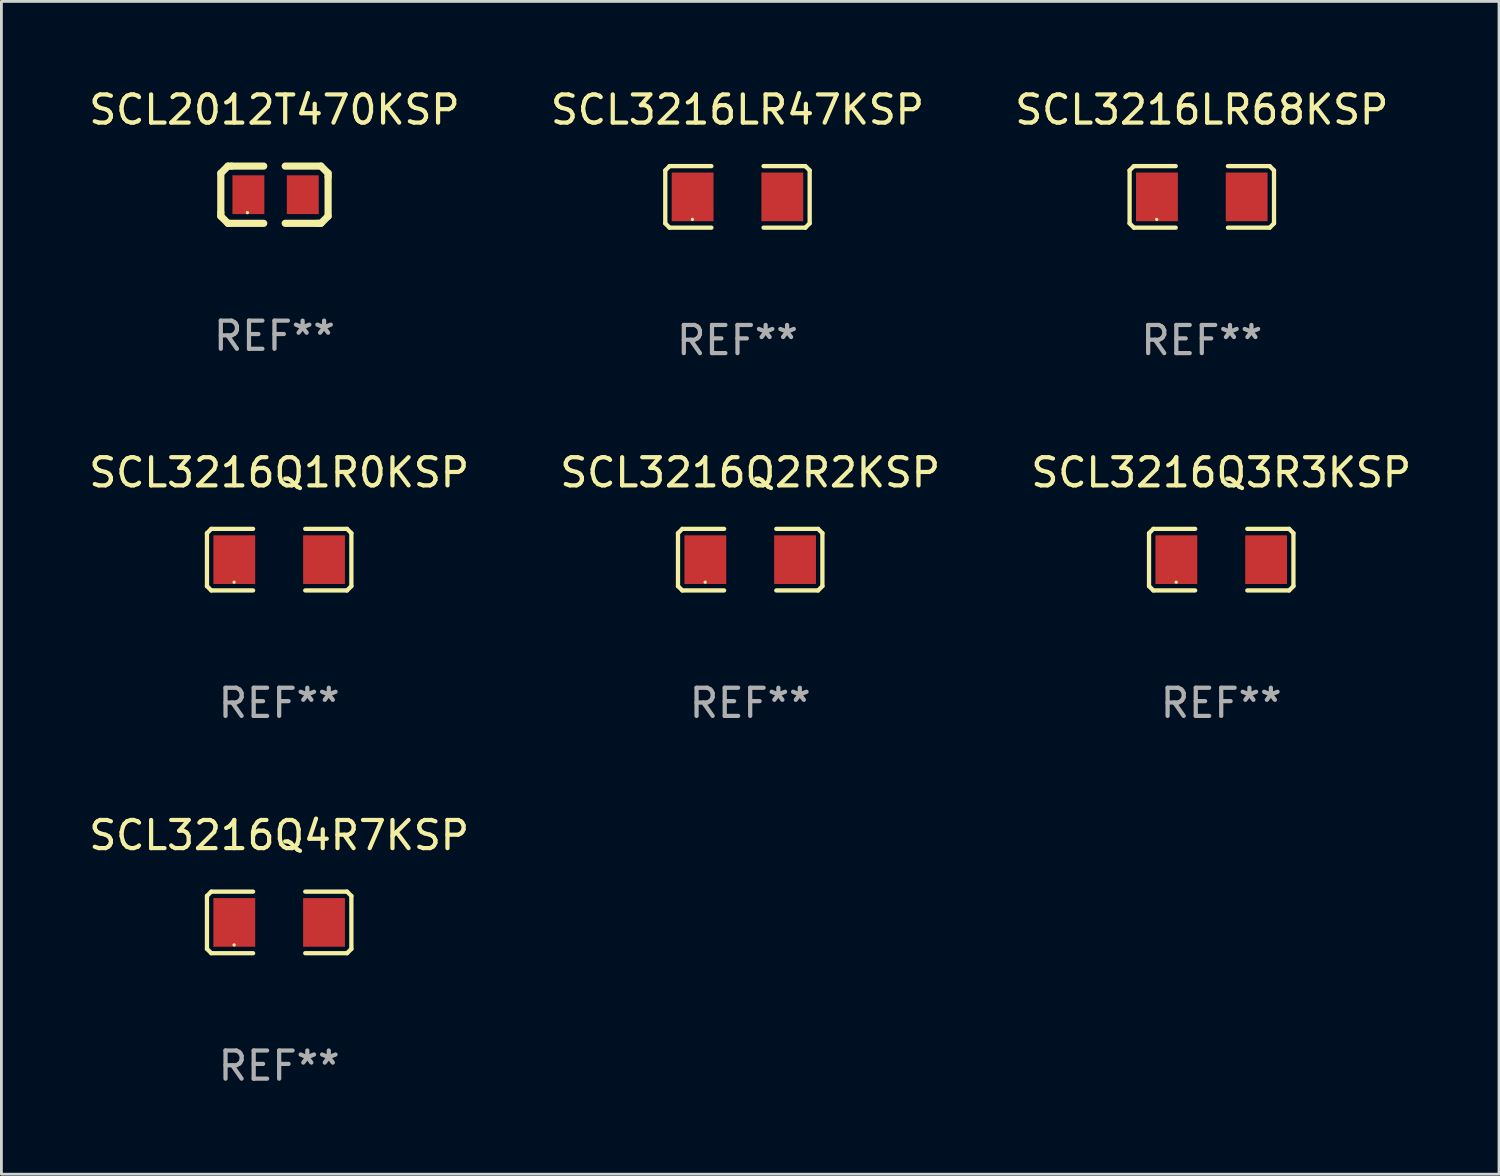
<source format=kicad_pcb>
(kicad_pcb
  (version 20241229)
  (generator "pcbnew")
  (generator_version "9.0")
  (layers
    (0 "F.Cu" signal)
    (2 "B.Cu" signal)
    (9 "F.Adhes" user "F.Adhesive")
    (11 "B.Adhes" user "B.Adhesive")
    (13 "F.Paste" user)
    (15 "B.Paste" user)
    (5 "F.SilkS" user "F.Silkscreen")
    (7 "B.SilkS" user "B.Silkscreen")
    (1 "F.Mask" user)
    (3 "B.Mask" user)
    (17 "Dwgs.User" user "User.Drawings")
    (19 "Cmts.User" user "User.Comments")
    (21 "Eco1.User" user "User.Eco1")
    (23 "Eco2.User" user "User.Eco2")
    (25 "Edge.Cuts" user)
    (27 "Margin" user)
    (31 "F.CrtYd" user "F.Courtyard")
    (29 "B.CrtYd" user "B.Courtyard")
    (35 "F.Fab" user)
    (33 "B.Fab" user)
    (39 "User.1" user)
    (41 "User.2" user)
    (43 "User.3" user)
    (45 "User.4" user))
  (footprint "SCL3216LR68KSP"
    (layer "F.Cu")
    (at 39.625 3.941)
    (property "Reference" "SCL3216LR68KSP" (at 0 -3.093 0) (layer "F.SilkS") (effects (font (size 1 1) (thickness 0.15))))
    (attr through_hole)
    (fp_line (start -2.564 -0.94) (end -2.411 -1.093) (stroke (width 0.152) (type solid)) (layer "F.SilkS"))
    (fp_line (start -2.564 0.94) (end -2.564 -0.94) (stroke (width 0.152) (type solid)) (layer "F.SilkS"))
    (fp_line (start -2.411 -1.093) (end -0.926 -1.093) (stroke (width 0.152) (type solid)) (layer "F.SilkS"))
    (fp_line (start -2.411 1.093) (end -2.564 0.94) (stroke (width 0.152) (type solid)) (layer "F.SilkS"))
    (fp_line (start -0.926 1.093) (end -2.411 1.093) (stroke (width 0.152) (type solid)) (layer "F.SilkS"))
    (fp_line (start 0.926 1.093) (end 2.411 1.093) (stroke (width 0.152) (type solid)) (layer "F.SilkS"))
    (fp_line (start 2.411 -1.093) (end 0.926 -1.093) (stroke (width 0.152) (type solid)) (layer "F.SilkS"))
    (fp_line (start 2.411 1.093) (end 2.564 0.94) (stroke (width 0.152) (type solid)) (layer "F.SilkS"))
    (fp_line (start 2.564 -0.94) (end 2.411 -1.093) (stroke (width 0.152) (type solid)) (layer "F.SilkS"))
    (fp_line (start 2.564 0.94) (end 2.564 -0.94) (stroke (width 0.152) (type solid)) (layer "F.SilkS"))
    (fp_circle (center -1.6 0.8) (end -1.57 0.8) (stroke (width 0.06) (type solid)) (fill no) (layer "F.SilkS"))
    (fp_text user "REF**" (at 0 5.093 0) (layer "F.Fab") (effects (font (size 1 1) (thickness 0.15))))
    (pad "1" smd rect (at -1.593 0) (size 1.485 1.728) (layers "F.Cu" "F.Mask" "F.Paste"))
    (pad "2" smd rect (at 1.593 0) (size 1.485 1.728) (layers "F.Cu" "F.Mask" "F.Paste")))
  (footprint "SCL3216Q2R2KSP"
    (layer "F.Cu")
    (at 23.589 16.823)
    (property "Reference" "SCL3216Q2R2KSP" (at 0 -3.093 0) (layer "F.SilkS") (effects (font (size 1 1) (thickness 0.15))))
    (attr through_hole)
    (fp_line (start -2.564 -0.94) (end -2.411 -1.093) (stroke (width 0.152) (type solid)) (layer "F.SilkS"))
    (fp_line (start -2.564 0.94) (end -2.564 -0.94) (stroke (width 0.152) (type solid)) (layer "F.SilkS"))
    (fp_line (start -2.411 -1.093) (end -0.926 -1.093) (stroke (width 0.152) (type solid)) (layer "F.SilkS"))
    (fp_line (start -2.411 1.093) (end -2.564 0.94) (stroke (width 0.152) (type solid)) (layer "F.SilkS"))
    (fp_line (start -0.926 1.093) (end -2.411 1.093) (stroke (width 0.152) (type solid)) (layer "F.SilkS"))
    (fp_line (start 0.926 1.093) (end 2.411 1.093) (stroke (width 0.152) (type solid)) (layer "F.SilkS"))
    (fp_line (start 2.411 -1.093) (end 0.926 -1.093) (stroke (width 0.152) (type solid)) (layer "F.SilkS"))
    (fp_line (start 2.411 1.093) (end 2.564 0.94) (stroke (width 0.152) (type solid)) (layer "F.SilkS"))
    (fp_line (start 2.564 -0.94) (end 2.411 -1.093) (stroke (width 0.152) (type solid)) (layer "F.SilkS"))
    (fp_line (start 2.564 0.94) (end 2.564 -0.94) (stroke (width 0.152) (type solid)) (layer "F.SilkS"))
    (fp_circle (center -1.6 0.8) (end -1.57 0.8) (stroke (width 0.06) (type solid)) (fill no) (layer "F.SilkS"))
    (fp_text user "REF**" (at 0 5.093 0) (layer "F.Fab") (effects (font (size 1 1) (thickness 0.15))))
    (pad "1" smd rect (at -1.593 0) (size 1.485 1.728) (layers "F.Cu" "F.Mask" "F.Paste"))
    (pad "2" smd rect (at 1.593 0) (size 1.485 1.728) (layers "F.Cu" "F.Mask" "F.Paste")))
  (footprint "SCL3216Q4R7KSP"
    (layer "F.Cu")
    (at 6.863 29.704)
    (property "Reference" "SCL3216Q4R7KSP" (at 0 -3.093 0) (layer "F.SilkS") (effects (font (size 1 1) (thickness 0.15))))
    (attr through_hole)
    (fp_line (start -2.564 -0.94) (end -2.411 -1.093) (stroke (width 0.152) (type solid)) (layer "F.SilkS"))
    (fp_line (start -2.564 0.94) (end -2.564 -0.94) (stroke (width 0.152) (type solid)) (layer "F.SilkS"))
    (fp_line (start -2.411 -1.093) (end -0.926 -1.093) (stroke (width 0.152) (type solid)) (layer "F.SilkS"))
    (fp_line (start -2.411 1.093) (end -2.564 0.94) (stroke (width 0.152) (type solid)) (layer "F.SilkS"))
    (fp_line (start -0.926 1.093) (end -2.411 1.093) (stroke (width 0.152) (type solid)) (layer "F.SilkS"))
    (fp_line (start 0.926 1.093) (end 2.411 1.093) (stroke (width 0.152) (type solid)) (layer "F.SilkS"))
    (fp_line (start 2.411 -1.093) (end 0.926 -1.093) (stroke (width 0.152) (type solid)) (layer "F.SilkS"))
    (fp_line (start 2.411 1.093) (end 2.564 0.94) (stroke (width 0.152) (type solid)) (layer "F.SilkS"))
    (fp_line (start 2.564 -0.94) (end 2.411 -1.093) (stroke (width 0.152) (type solid)) (layer "F.SilkS"))
    (fp_line (start 2.564 0.94) (end 2.564 -0.94) (stroke (width 0.152) (type solid)) (layer "F.SilkS"))
    (fp_circle (center -1.6 0.8) (end -1.57 0.8) (stroke (width 0.06) (type solid)) (fill no) (layer "F.SilkS"))
    (fp_text user "REF**" (at 0 5.093 0) (layer "F.Fab") (effects (font (size 1 1) (thickness 0.15))))
    (pad "1" smd rect (at -1.593 0) (size 1.485 1.728) (layers "F.Cu" "F.Mask" "F.Paste"))
    (pad "2" smd rect (at 1.593 0) (size 1.485 1.728) (layers "F.Cu" "F.Mask" "F.Paste")))
  (footprint "SCL3216Q1R0KSP"
    (layer "F.Cu")
    (at 6.863 16.823)
    (property "Reference" "SCL3216Q1R0KSP" (at 0 -3.093 0) (layer "F.SilkS") (effects (font (size 1 1) (thickness 0.15))))
    (attr through_hole)
    (fp_line (start -2.564 -0.94) (end -2.411 -1.093) (stroke (width 0.152) (type solid)) (layer "F.SilkS"))
    (fp_line (start -2.564 0.94) (end -2.564 -0.94) (stroke (width 0.152) (type solid)) (layer "F.SilkS"))
    (fp_line (start -2.411 -1.093) (end -0.926 -1.093) (stroke (width 0.152) (type solid)) (layer "F.SilkS"))
    (fp_line (start -2.411 1.093) (end -2.564 0.94) (stroke (width 0.152) (type solid)) (layer "F.SilkS"))
    (fp_line (start -0.926 1.093) (end -2.411 1.093) (stroke (width 0.152) (type solid)) (layer "F.SilkS"))
    (fp_line (start 0.926 1.093) (end 2.411 1.093) (stroke (width 0.152) (type solid)) (layer "F.SilkS"))
    (fp_line (start 2.411 -1.093) (end 0.926 -1.093) (stroke (width 0.152) (type solid)) (layer "F.SilkS"))
    (fp_line (start 2.411 1.093) (end 2.564 0.94) (stroke (width 0.152) (type solid)) (layer "F.SilkS"))
    (fp_line (start 2.564 -0.94) (end 2.411 -1.093) (stroke (width 0.152) (type solid)) (layer "F.SilkS"))
    (fp_line (start 2.564 0.94) (end 2.564 -0.94) (stroke (width 0.152) (type solid)) (layer "F.SilkS"))
    (fp_circle (center -1.6 0.8) (end -1.57 0.8) (stroke (width 0.06) (type solid)) (fill no) (layer "F.SilkS"))
    (fp_text user "REF**" (at 0 5.093 0) (layer "F.Fab") (effects (font (size 1 1) (thickness 0.15))))
    (pad "1" smd rect (at -1.593 0) (size 1.485 1.728) (layers "F.Cu" "F.Mask" "F.Paste"))
    (pad "2" smd rect (at 1.593 0) (size 1.485 1.728) (layers "F.Cu" "F.Mask" "F.Paste")))
  (footprint "SCL2012T470KSP"
    (layer "F.Cu")
    (at 6.696 3.864)
    (property "Reference" "SCL2012T470KSP" (at 0 -3.016 0) (layer "F.SilkS") (effects (font (size 1 1) (thickness 0.15))))
    (attr through_hole)
    (fp_line (start -1.905 -0.762) (end -1.905 0.635) (stroke (width 0.254) (type solid)) (layer "F.SilkS"))
    (fp_line (start -1.905 0.635) (end -1.905 0.762) (stroke (width 0.254) (type solid)) (layer "F.SilkS"))
    (fp_line (start -1.905 0.762) (end -1.651 1.016) (stroke (width 0.254) (type solid)) (layer "F.SilkS"))
    (fp_line (start -1.651 -1.016) (end -1.905 -0.762) (stroke (width 0.254) (type solid)) (layer "F.SilkS"))
    (fp_line (start -1.651 1.016) (end -0.381 1.016) (stroke (width 0.254) (type solid)) (layer "F.SilkS"))
    (fp_line (start -1.524 -1.016) (end -1.651 -1.016) (stroke (width 0.254) (type solid)) (layer "F.SilkS"))
    (fp_line (start -0.381 -1.016) (end -1.524 -1.016) (stroke (width 0.254) (type solid)) (layer "F.SilkS"))
    (fp_line (start 0.381 1.016) (end 1.524 1.016) (stroke (width 0.254) (type solid)) (layer "F.SilkS"))
    (fp_line (start 1.524 1.016) (end 1.651 1.016) (stroke (width 0.254) (type solid)) (layer "F.SilkS"))
    (fp_line (start 1.651 -1.016) (end 0.381 -1.016) (stroke (width 0.254) (type solid)) (layer "F.SilkS"))
    (fp_line (start 1.651 1.016) (end 1.905 0.762) (stroke (width 0.254) (type solid)) (layer "F.SilkS"))
    (fp_line (start 1.905 -0.762) (end 1.651 -1.016) (stroke (width 0.254) (type solid)) (layer "F.SilkS"))
    (fp_line (start 1.905 -0.635) (end 1.905 -0.762) (stroke (width 0.254) (type solid)) (layer "F.SilkS"))
    (fp_line (start 1.905 0.762) (end 1.905 -0.635) (stroke (width 0.254) (type solid)) (layer "F.SilkS"))
    (fp_circle (center -0.96 0.637) (end -0.93 0.637) (stroke (width 0.06) (type solid)) (fill no) (layer "F.SilkS"))
    (fp_text user "REF**" (at 0 5.016 0) (layer "F.Fab") (effects (font (size 1 1) (thickness 0.15))))
    (pad "1" smd rect (at -0.926 -0.000051) (size 1.133 1.377) (layers "F.Cu" "F.Mask" "F.Paste"))
    (pad "2" smd rect (at 1.006 -0.000051) (size 1.133 1.377) (layers "F.Cu" "F.Mask" "F.Paste")))
  (footprint "SCL3216LR47KSP"
    (layer "F.Cu")
    (at 23.137 3.941)
    (property "Reference" "SCL3216LR47KSP" (at 0 -3.093 0) (layer "F.SilkS") (effects (font (size 1 1) (thickness 0.15))))
    (attr through_hole)
    (fp_line (start -2.564 -0.94) (end -2.411 -1.093) (stroke (width 0.152) (type solid)) (layer "F.SilkS"))
    (fp_line (start -2.564 0.94) (end -2.564 -0.94) (stroke (width 0.152) (type solid)) (layer "F.SilkS"))
    (fp_line (start -2.411 -1.093) (end -0.926 -1.093) (stroke (width 0.152) (type solid)) (layer "F.SilkS"))
    (fp_line (start -2.411 1.093) (end -2.564 0.94) (stroke (width 0.152) (type solid)) (layer "F.SilkS"))
    (fp_line (start -0.926 1.093) (end -2.411 1.093) (stroke (width 0.152) (type solid)) (layer "F.SilkS"))
    (fp_line (start 0.926 1.093) (end 2.411 1.093) (stroke (width 0.152) (type solid)) (layer "F.SilkS"))
    (fp_line (start 2.411 -1.093) (end 0.926 -1.093) (stroke (width 0.152) (type solid)) (layer "F.SilkS"))
    (fp_line (start 2.411 1.093) (end 2.564 0.94) (stroke (width 0.152) (type solid)) (layer "F.SilkS"))
    (fp_line (start 2.564 -0.94) (end 2.411 -1.093) (stroke (width 0.152) (type solid)) (layer "F.SilkS"))
    (fp_line (start 2.564 0.94) (end 2.564 -0.94) (stroke (width 0.152) (type solid)) (layer "F.SilkS"))
    (fp_circle (center -1.6 0.8) (end -1.57 0.8) (stroke (width 0.06) (type solid)) (fill no) (layer "F.SilkS"))
    (fp_text user "REF**" (at 0 5.093 0) (layer "F.Fab") (effects (font (size 1 1) (thickness 0.15))))
    (pad "1" smd rect (at -1.593 0) (size 1.485 1.728) (layers "F.Cu" "F.Mask" "F.Paste"))
    (pad "2" smd rect (at 1.593 0) (size 1.485 1.728) (layers "F.Cu" "F.Mask" "F.Paste")))
  (footprint "SCL3216Q3R3KSP"
    (layer "F.Cu")
    (at 40.315 16.823)
    (property "Reference" "SCL3216Q3R3KSP" (at 0 -3.093 0) (layer "F.SilkS") (effects (font (size 1 1) (thickness 0.15))))
    (attr through_hole)
    (fp_line (start -2.564 -0.94) (end -2.411 -1.093) (stroke (width 0.152) (type solid)) (layer "F.SilkS"))
    (fp_line (start -2.564 0.94) (end -2.564 -0.94) (stroke (width 0.152) (type solid)) (layer "F.SilkS"))
    (fp_line (start -2.411 -1.093) (end -0.926 -1.093) (stroke (width 0.152) (type solid)) (layer "F.SilkS"))
    (fp_line (start -2.411 1.093) (end -2.564 0.94) (stroke (width 0.152) (type solid)) (layer "F.SilkS"))
    (fp_line (start -0.926 1.093) (end -2.411 1.093) (stroke (width 0.152) (type solid)) (layer "F.SilkS"))
    (fp_line (start 0.926 1.093) (end 2.411 1.093) (stroke (width 0.152) (type solid)) (layer "F.SilkS"))
    (fp_line (start 2.411 -1.093) (end 0.926 -1.093) (stroke (width 0.152) (type solid)) (layer "F.SilkS"))
    (fp_line (start 2.411 1.093) (end 2.564 0.94) (stroke (width 0.152) (type solid)) (layer "F.SilkS"))
    (fp_line (start 2.564 -0.94) (end 2.411 -1.093) (stroke (width 0.152) (type solid)) (layer "F.SilkS"))
    (fp_line (start 2.564 0.94) (end 2.564 -0.94) (stroke (width 0.152) (type solid)) (layer "F.SilkS"))
    (fp_circle (center -1.6 0.8) (end -1.57 0.8) (stroke (width 0.06) (type solid)) (fill no) (layer "F.SilkS"))
    (fp_text user "REF**" (at 0 5.093 0) (layer "F.Fab") (effects (font (size 1 1) (thickness 0.15))))
    (pad "1" smd rect (at -1.593 0) (size 1.485 1.728) (layers "F.Cu" "F.Mask" "F.Paste"))
    (pad "2" smd rect (at 1.593 0) (size 1.485 1.728) (layers "F.Cu" "F.Mask" "F.Paste")))
  (gr_rect
    (start -3 -3)
    (end 50.179 38.645)
    (stroke (width 0.1) (type default))
    (fill no)
    (layer "Edge.Cuts")))
</source>
